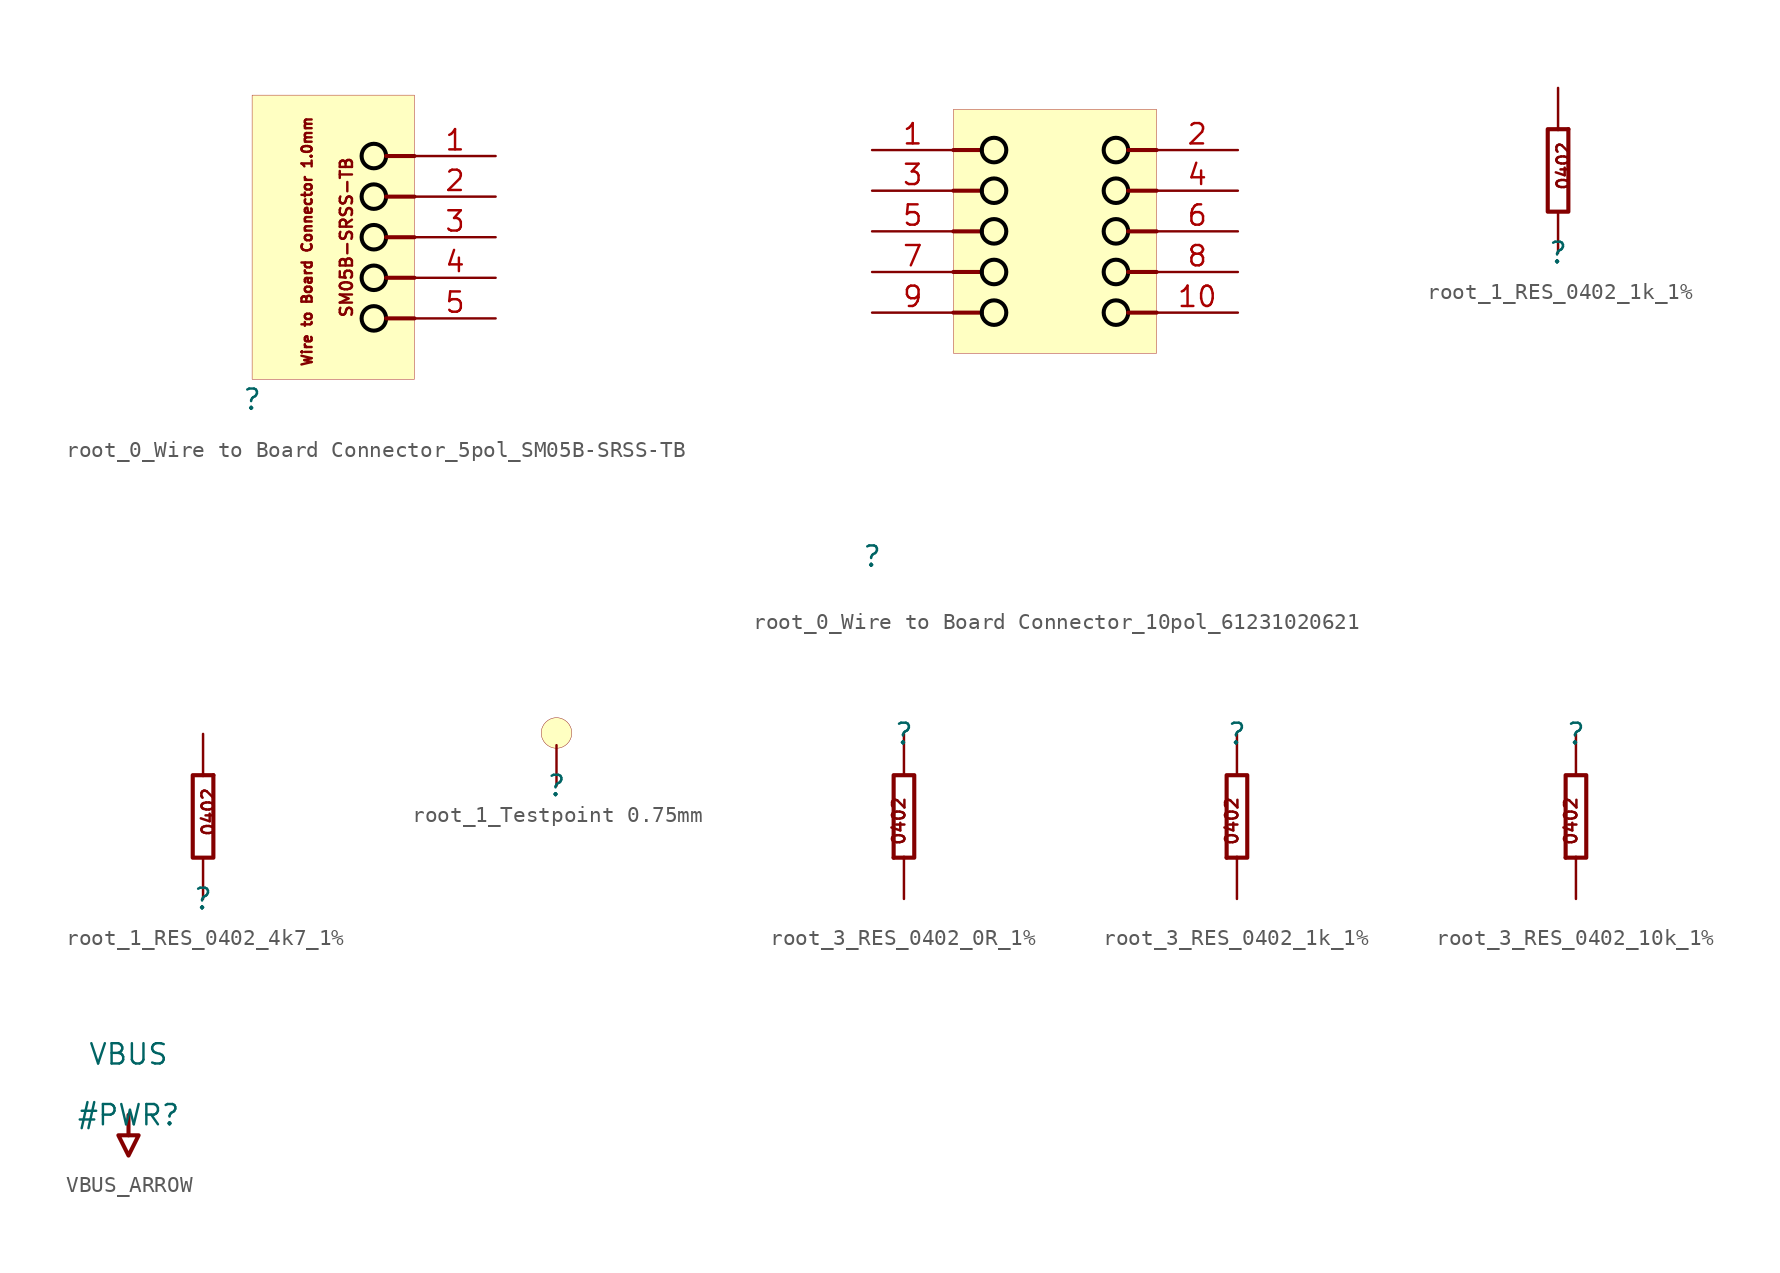
<source format=kicad_sym>
(kicad_symbol_lib
  (version 20231120)
  (generator "kicad_symbol_editor")
  (generator_version "8.0")
  (symbol "root_0_Wire to Board Connector_5pol_SM05B-SRSS-TB"
    (property "Reference" ""
      (at 0 0 0)
      (effects (font (size 1.27 1.27))))
    (property "Value" ""
      (at 0 0 0)
      (effects (font (size 1.27 1.27))))
    (symbol "root_0_Wire to Board Connector_5pol_SM05B-SRSS-TB_1_0"
      (polyline (pts (xy 10.16 5.08) (xy 8.382 5.08)) (stroke (width 0.254) (type solid)) (fill (type none)))
      (polyline (pts (xy 10.16 7.62) (xy 8.382 7.62)) (stroke (width 0.254) (type solid)) (fill (type none)))
      (polyline (pts (xy 10.16 10.16) (xy 8.382 10.16)) (stroke (width 0.254) (type solid)) (fill (type none)))
      (polyline (pts (xy 10.16 12.7) (xy 8.382 12.7)) (stroke (width 0.254) (type solid)) (fill (type none)))
      (polyline (pts (xy 10.16 15.24) (xy 8.382 15.24)) (stroke (width 0.254) (type solid)) (fill (type none)))
      (circle (center 7.62 5.08) (radius 0.767) (stroke (width 0.254) (type solid) (color 0 0 0 1)) (fill (type none)))
      (circle (center 7.62 7.62) (radius 0.767) (stroke (width 0.254) (type solid) (color 0 0 0 1)) (fill (type none)))
      (circle (center 7.62 10.16) (radius 0.767) (stroke (width 0.254) (type solid) (color 0 0 0 1)) (fill (type none)))
      (circle (center 7.62 12.7) (radius 0.767) (stroke (width 0.254) (type solid) (color 0 0 0 1)) (fill (type none)))
      (circle (center 7.62 15.24) (radius 0.767) (stroke (width 0.254) (type solid) (color 0 0 0 1)) (fill (type none)))
      (rectangle (start 10.16 19.05) (end 0 1.27) (stroke (width 0.025) (type solid) (color 152 0 0 1)) (fill (type background)))
      (text "SM05B-SRSS-TB" (at 6.35 15.24 900) (effects (font (size 0.762 0.762)) (justify right bottom)))
      (text "Wire to Board Connector 1.0mm" (at 3.81 17.78 900) (effects (font (size 0.635 0.635)) (justify right bottom)))
      (pin passive line (at 15.24 15.24 180) (length 5.08) (name "1" (effects (font (size 0 0)))) (number "1" (effects (font (size 1.27 1.27)))))
      (pin passive line (at 15.24 12.7 180) (length 5.08) (name "2" (effects (font (size 0 0)))) (number "2" (effects (font (size 1.27 1.27)))))
      (pin passive line (at 15.24 10.16 180) (length 5.08) (name "3" (effects (font (size 0 0)))) (number "3" (effects (font (size 1.27 1.27)))))
      (pin passive line (at 15.24 7.62 180) (length 5.08) (name "4" (effects (font (size 0 0)))) (number "4" (effects (font (size 1.27 1.27)))))
      (pin passive line (at 15.24 5.08 180) (length 5.08) (name "5" (effects (font (size 0 0)))) (number "5" (effects (font (size 1.27 1.27)))))))
  (symbol "root_0_Wire to Board Connector_10pol_61231020621"
    (property "Reference" ""
      (at 0 0 0)
      (effects (font (size 1.27 1.27))))
    (property "Value" ""
      (at 0 0 0)
      (effects (font (size 1.27 1.27))))
    (symbol "root_0_Wire to Board Connector_10pol_61231020621_1_0"
      (polyline (pts (xy 5.08 15.24) (xy 6.858 15.24)) (stroke (width 0.254) (type solid)) (fill (type none)))
      (polyline (pts (xy 5.08 17.78) (xy 6.858 17.78)) (stroke (width 0.254) (type solid)) (fill (type none)))
      (polyline (pts (xy 5.08 20.32) (xy 6.858 20.32)) (stroke (width 0.254) (type solid)) (fill (type none)))
      (polyline (pts (xy 5.08 22.86) (xy 6.858 22.86)) (stroke (width 0.254) (type solid)) (fill (type none)))
      (polyline (pts (xy 5.08 25.4) (xy 6.858 25.4)) (stroke (width 0.254) (type solid)) (fill (type none)))
      (polyline (pts (xy 17.78 15.24) (xy 16.002 15.24)) (stroke (width 0.254) (type solid)) (fill (type none)))
      (polyline (pts (xy 17.78 17.78) (xy 16.002 17.78)) (stroke (width 0.254) (type solid)) (fill (type none)))
      (polyline (pts (xy 17.78 20.32) (xy 16.002 20.32)) (stroke (width 0.254) (type solid)) (fill (type none)))
      (polyline (pts (xy 17.78 22.86) (xy 16.002 22.86)) (stroke (width 0.254) (type solid)) (fill (type none)))
      (polyline (pts (xy 17.78 25.4) (xy 16.002 25.4)) (stroke (width 0.254) (type solid)) (fill (type none)))
      (circle (center 7.62 15.24) (radius 0.767) (stroke (width 0.254) (type solid) (color 0 0 0 1)) (fill (type none)))
      (circle (center 7.62 17.78) (radius 0.767) (stroke (width 0.254) (type solid) (color 0 0 0 1)) (fill (type none)))
      (circle (center 7.62 20.32) (radius 0.767) (stroke (width 0.254) (type solid) (color 0 0 0 1)) (fill (type none)))
      (circle (center 7.62 22.86) (radius 0.767) (stroke (width 0.254) (type solid) (color 0 0 0 1)) (fill (type none)))
      (circle (center 7.62 25.4) (radius 0.767) (stroke (width 0.254) (type solid) (color 0 0 0 1)) (fill (type none)))
      (circle (center 15.24 15.24) (radius 0.767) (stroke (width 0.254) (type solid) (color 0 0 0 1)) (fill (type none)))
      (circle (center 15.24 17.78) (radius 0.767) (stroke (width 0.254) (type solid) (color 0 0 0 1)) (fill (type none)))
      (circle (center 15.24 20.32) (radius 0.767) (stroke (width 0.254) (type solid) (color 0 0 0 1)) (fill (type none)))
      (circle (center 15.24 22.86) (radius 0.767) (stroke (width 0.254) (type solid) (color 0 0 0 1)) (fill (type none)))
      (circle (center 15.24 25.4) (radius 0.767) (stroke (width 0.254) (type solid) (color 0 0 0 1)) (fill (type none)))
      (rectangle (start 17.78 27.94) (end 5.08 12.7) (stroke (width 0.025) (type solid) (color 152 0 0 1)) (fill (type background)))
      (pin passive line (at 0 25.4 0) (length 5.08) (name "1" (effects (font (size 0 0)))) (number "1" (effects (font (size 1.27 1.27)))))
      (pin passive line (at 22.86 15.24 180) (length 5.08) (name "10" (effects (font (size 0 0)))) (number "10" (effects (font (size 1.27 1.27)))))
      (pin passive line (at 22.86 25.4 180) (length 5.08) (name "2" (effects (font (size 0 0)))) (number "2" (effects (font (size 1.27 1.27)))))
      (pin passive line (at 0 22.86 0) (length 5.08) (name "3" (effects (font (size 0 0)))) (number "3" (effects (font (size 1.27 1.27)))))
      (pin passive line (at 22.86 22.86 180) (length 5.08) (name "4" (effects (font (size 0 0)))) (number "4" (effects (font (size 1.27 1.27)))))
      (pin passive line (at 0 20.32 0) (length 5.08) (name "5" (effects (font (size 0 0)))) (number "5" (effects (font (size 1.27 1.27)))))
      (pin passive line (at 17.78 20.32 0) (length 5.08) (name "6" (effects (font (size 0 0)))) (number "6" (effects (font (size 1.27 1.27)))))
      (pin passive line (at 0 17.78 0) (length 5.08) (name "7" (effects (font (size 0 0)))) (number "7" (effects (font (size 1.27 1.27)))))
      (pin passive line (at 22.86 17.78 180) (length 5.08) (name "8" (effects (font (size 0 0)))) (number "8" (effects (font (size 1.27 1.27)))))
      (pin passive line (at 0 15.24 0) (length 5.08) (name "9" (effects (font (size 0 0)))) (number "9" (effects (font (size 1.27 1.27)))))))
  (symbol "root_1_RES_0402_1k_1%"
    (property "Reference" ""
      (at 0 0 0)
      (effects (font (size 1.27 1.27))))
    (property "Value" ""
      (at 0 0 0)
      (effects (font (size 1.27 1.27))))
    (symbol "root_1_RES_0402_1k_1%_1_0"
      (polyline (pts (xy 0.635 7.62) (xy 0 7.62)) (stroke (width 0.254) (type solid)) (fill (type none)))
      (polyline (pts (xy 0 7.62) (xy -0.635 7.62) (xy -0.635 2.54) (xy 0.635 2.54) (xy 0.635 7.62)) (stroke (width 0.254) (type solid)) (fill (type none)))
      (text "0402" (at 0.762 3.81 900) (effects (font (size 0.762 0.762)) (justify left bottom)))
      (pin passive line (at 0 0 90) (length 2.54) (name "1" (effects (font (size 0 0)))) (number "1" (effects (font (size 0 0)))))
      (pin passive line (at 0 10.16 270) (length 2.54) (name "2" (effects (font (size 0 0)))) (number "2" (effects (font (size 0 0)))))))
  (symbol "root_1_RES_0402_4k7_1%"
    (property "Reference" ""
      (at 0 0 0)
      (effects (font (size 1.27 1.27))))
    (property "Value" ""
      (at 0 0 0)
      (effects (font (size 1.27 1.27))))
    (symbol "root_1_RES_0402_4k7_1%_1_0"
      (polyline (pts (xy 0.635 7.62) (xy 0 7.62)) (stroke (width 0.254) (type solid)) (fill (type none)))
      (polyline (pts (xy 0 7.62) (xy -0.635 7.62) (xy -0.635 2.54) (xy 0.635 2.54) (xy 0.635 7.62)) (stroke (width 0.254) (type solid)) (fill (type none)))
      (text "0402" (at 0.762 3.81 900) (effects (font (size 0.762 0.762)) (justify left bottom)))
      (pin passive line (at 0 0 90) (length 2.54) (name "1" (effects (font (size 0 0)))) (number "1" (effects (font (size 0 0)))))
      (pin passive line (at 0 10.16 270) (length 2.54) (name "2" (effects (font (size 0 0)))) (number "2" (effects (font (size 0 0)))))))
  (symbol "root_1_Testpoint 0.75mm"
    (property "Reference" ""
      (at 0 0 0)
      (effects (font (size 1.27 1.27))))
    (property "Value" ""
      (at 0 0 0)
      (effects (font (size 1.27 1.27))))
    (symbol "root_1_Testpoint 0.75mm_1_0"
      (circle (center 0 3.302) (radius 0.953) (stroke (width 0.025) (type solid)) (fill (type background)))
      (pin passive line (at 0 0 90) (length 2.54) (name "TP" (effects (font (size 0 0)))) (number "TP" (effects (font (size 0 0)))))))
  (symbol "root_3_RES_0402_0R_1%"
    (property "Reference" ""
      (at 0 0 0)
      (effects (font (size 1.27 1.27))))
    (property "Value" ""
      (at 0 0 0)
      (effects (font (size 1.27 1.27))))
    (symbol "root_3_RES_0402_0R_1%_1_0"
      (polyline (pts (xy -0.635 -7.62) (xy 0 -7.62)) (stroke (width 0.254) (type solid)) (fill (type none)))
      (polyline (pts (xy 0 -7.62) (xy 0.635 -7.62) (xy 0.635 -2.54) (xy -0.635 -2.54) (xy -0.635 -7.62)) (stroke (width 0.254) (type solid)) (fill (type none)))
      (text "0402" (at -0.762 -3.81 900) (effects (font (size 0.762 0.762)) (justify right top)))
      (pin passive line (at 0 0 270) (length 2.54) (name "1" (effects (font (size 0 0)))) (number "1" (effects (font (size 0 0)))))
      (pin passive line (at 0 -10.16 90) (length 2.54) (name "2" (effects (font (size 0 0)))) (number "2" (effects (font (size 0 0)))))))
  (symbol "root_3_RES_0402_1k_1%"
    (property "Reference" ""
      (at 0 0 0)
      (effects (font (size 1.27 1.27))))
    (property "Value" ""
      (at 0 0 0)
      (effects (font (size 1.27 1.27))))
    (symbol "root_3_RES_0402_1k_1%_1_0"
      (polyline (pts (xy -0.635 -7.62) (xy 0 -7.62)) (stroke (width 0.254) (type solid)) (fill (type none)))
      (polyline (pts (xy 0 -7.62) (xy 0.635 -7.62) (xy 0.635 -2.54) (xy -0.635 -2.54) (xy -0.635 -7.62)) (stroke (width 0.254) (type solid)) (fill (type none)))
      (text "0402" (at -0.762 -3.81 900) (effects (font (size 0.762 0.762)) (justify right top)))
      (pin passive line (at 0 0 270) (length 2.54) (name "1" (effects (font (size 0 0)))) (number "1" (effects (font (size 0 0)))))
      (pin passive line (at 0 -10.16 90) (length 2.54) (name "2" (effects (font (size 0 0)))) (number "2" (effects (font (size 0 0)))))))
  (symbol "root_3_RES_0402_10k_1%"
    (property "Reference" ""
      (at 0 0 0)
      (effects (font (size 1.27 1.27))))
    (property "Value" ""
      (at 0 0 0)
      (effects (font (size 1.27 1.27))))
    (symbol "root_3_RES_0402_10k_1%_1_0"
      (polyline (pts (xy -0.635 -7.62) (xy 0 -7.62)) (stroke (width 0.254) (type solid)) (fill (type none)))
      (polyline (pts (xy 0 -7.62) (xy 0.635 -7.62) (xy 0.635 -2.54) (xy -0.635 -2.54) (xy -0.635 -7.62)) (stroke (width 0.254) (type solid)) (fill (type none)))
      (text "0402" (at -0.762 -3.81 900) (effects (font (size 0.762 0.762)) (justify right top)))
      (pin passive line (at 0 0 270) (length 2.54) (name "1" (effects (font (size 0 0)))) (number "1" (effects (font (size 0 0)))))
      (pin passive line (at 0 -10.16 90) (length 2.54) (name "2" (effects (font (size 0 0)))) (number "2" (effects (font (size 0 0)))))))
  (symbol "VBUS_ARROW"
    (power)
    (property "Reference" "#PWR"
      (at 0 0 0)
      (effects (font (size 1.27 1.27))))
    (property "Value" "VBUS"
      (at 0 3.81 0)
      (effects (font (size 1.27 1.27))))
    (symbol "VBUS_ARROW_0_0"
      (polyline (pts (xy 0 0) (xy 0 -1.27)) (stroke (width 0.254) (type solid)) (fill (type none)))
      (polyline (pts (xy -0.635 -1.27) (xy 0.635 -1.27) (xy 0 -2.54) (xy -0.635 -1.27)) (stroke (width 0.254) (type solid)) (fill (type none)))
      (pin power_in line (at 0 0 0) (length 0) hide (name "VBUS" (effects (font (size 1.27 1.27)))) (number "" (effects (font (size 1.27 1.27))))))))
</source>
